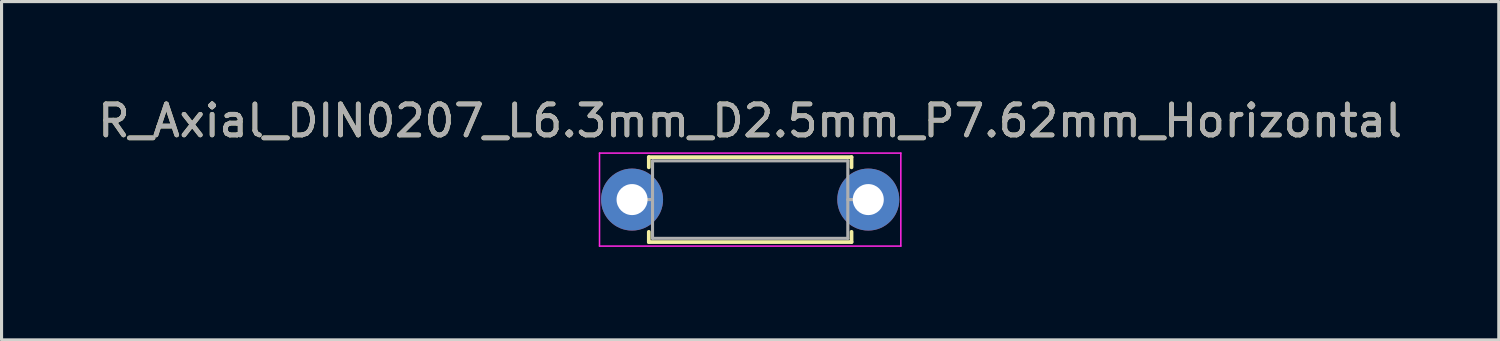
<source format=kicad_pcb>
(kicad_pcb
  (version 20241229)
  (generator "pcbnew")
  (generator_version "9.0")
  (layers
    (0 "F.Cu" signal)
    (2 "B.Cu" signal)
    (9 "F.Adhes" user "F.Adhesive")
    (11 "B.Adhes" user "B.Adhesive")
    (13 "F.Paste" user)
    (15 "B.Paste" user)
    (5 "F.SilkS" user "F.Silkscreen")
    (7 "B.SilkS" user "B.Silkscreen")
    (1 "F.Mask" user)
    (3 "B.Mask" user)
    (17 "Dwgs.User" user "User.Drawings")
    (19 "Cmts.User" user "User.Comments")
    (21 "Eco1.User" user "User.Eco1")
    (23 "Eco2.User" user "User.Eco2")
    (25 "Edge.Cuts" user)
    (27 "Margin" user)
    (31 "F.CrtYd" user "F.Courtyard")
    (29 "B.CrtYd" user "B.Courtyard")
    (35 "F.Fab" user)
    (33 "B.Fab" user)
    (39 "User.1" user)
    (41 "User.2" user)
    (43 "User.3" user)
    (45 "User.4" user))
  (footprint "R_Axial_DIN0207_L6.3mm_D2.5mm_P7.62mm_Horizontal"
    (layer "F.Cu")
    (at 17.339 3.388)
    (property "Reference" "R_Axial_DIN0207_L6.3mm_D2.5mm_P7.62mm_Horizontal" (at 3.81 -2.54 0) (layer "F.SilkS") (effects (font (size 1 1) (thickness 0.15))))
    (attr through_hole)
    (fp_line (start 0.54 -1.37) (end 7.08 -1.37) (stroke (width 0.12) (type solid)) (layer "F.SilkS"))
    (fp_line (start 0.54 -1.04) (end 0.54 -1.37) (stroke (width 0.12) (type solid)) (layer "F.SilkS"))
    (fp_line (start 0.54 1.04) (end 0.54 1.37) (stroke (width 0.12) (type solid)) (layer "F.SilkS"))
    (fp_line (start 0.54 1.37) (end 7.08 1.37) (stroke (width 0.12) (type solid)) (layer "F.SilkS"))
    (fp_line (start 7.08 -1.37) (end 7.08 -1.04) (stroke (width 0.12) (type solid)) (layer "F.SilkS"))
    (fp_line (start 7.08 1.37) (end 7.08 1.04) (stroke (width 0.12) (type solid)) (layer "F.SilkS"))
    (fp_line (start -1.05 -1.5) (end -1.05 1.5) (stroke (width 0.05) (type solid)) (layer "F.CrtYd"))
    (fp_line (start -1.05 1.5) (end 8.67 1.5) (stroke (width 0.05) (type solid)) (layer "F.CrtYd"))
    (fp_line (start 8.67 -1.5) (end -1.05 -1.5) (stroke (width 0.05) (type solid)) (layer "F.CrtYd"))
    (fp_line (start 8.67 1.5) (end 8.67 -1.5) (stroke (width 0.05) (type solid)) (layer "F.CrtYd"))
    (fp_line (start 0 0) (end 0.66 0) (stroke (width 0.1) (type solid)) (layer "F.Fab"))
    (fp_line (start 0.66 -1.25) (end 0.66 1.25) (stroke (width 0.1) (type solid)) (layer "F.Fab"))
    (fp_line (start 0.66 1.25) (end 6.96 1.25) (stroke (width 0.1) (type solid)) (layer "F.Fab"))
    (fp_line (start 6.96 -1.25) (end 0.66 -1.25) (stroke (width 0.1) (type solid)) (layer "F.Fab"))
    (fp_line (start 6.96 1.25) (end 6.96 -1.25) (stroke (width 0.1) (type solid)) (layer "F.Fab"))
    (fp_line (start 7.62 0) (end 6.96 0) (stroke (width 0.1) (type solid)) (layer "F.Fab"))
    (fp_text user "${REFERENCE}" (at 3.81 -2.54 0) (layer "F.Fab") (effects (font (size 1 1) (thickness 0.15))))
    (pad "1" thru_hole circle (at 0 0) (size 2 2) (drill 1) (layers "*.Cu" "*.Mask"))
    (pad "2" thru_hole circle (at 7.62 0) (size 2 2) (drill 1) (layers "*.Cu" "*.Mask")))
  (gr_rect
    (start -3 -3)
    (end 45.298 7.913)
    (stroke (width 0.1) (type default))
    (fill no)
    (layer "Edge.Cuts")))
</source>
